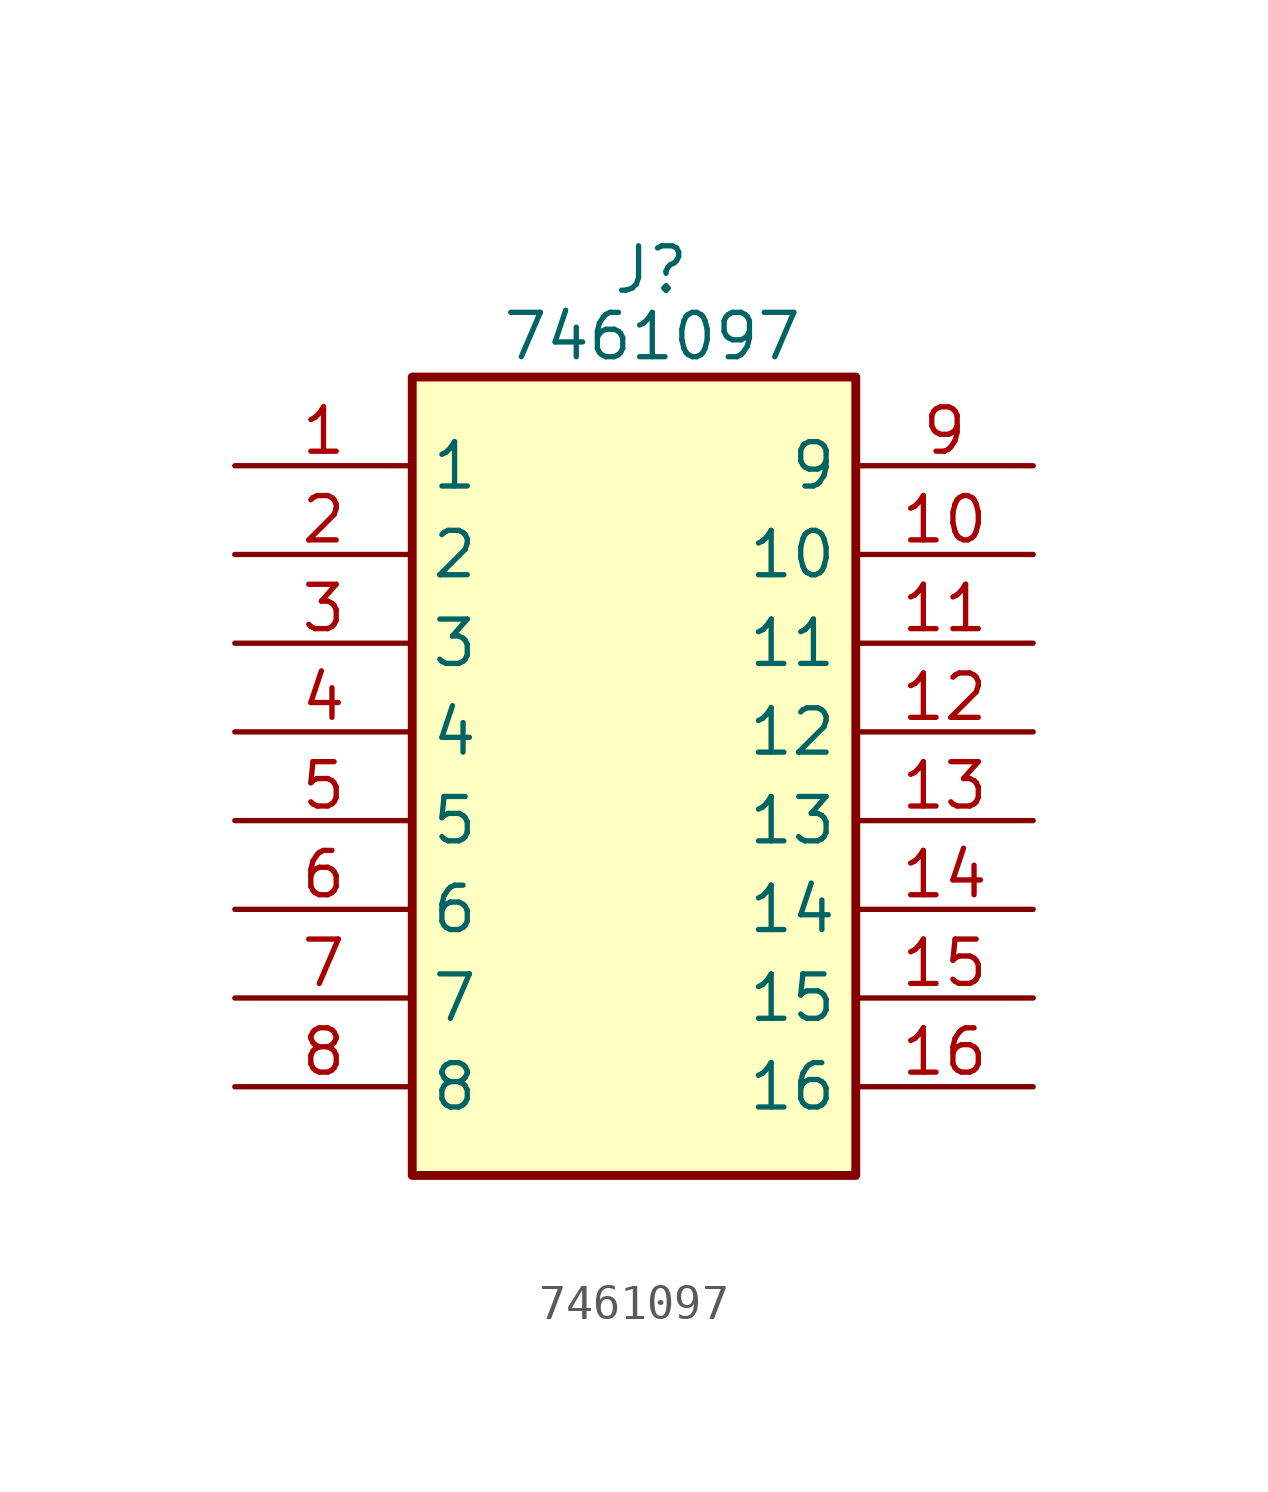
<source format=kicad_sym>
(kicad_symbol_lib
  (version 20220914)
  (generator kicad_symbol_editor)
  (symbol "7461097"
    (property "Reference" "J"
      (at 10.795 6.35 0)
      (effects (font (size 1.27 1.27)) (justify left top)))
    (property "Value" "7461097"
      (at 7.62 4.445 0)
      (do_not_autoplace)
      (effects (font (size 1.27 1.27)) (justify left top)))
    (symbol "7461097_1_1"
      (rectangle (start 5.08 2.54) (end 17.78 -20.32) (stroke (width 0.254) (type default)) (fill (type background)))
      (pin passive line (at 0 0 0) (length 5.08) (name "1" (effects (font (size 1.27 1.27)))) (number "1" (effects (font (size 1.27 1.27)))))
      (pin passive line (at 22.86 -2.54 180) (length 5.08) (name "10" (effects (font (size 1.27 1.27)))) (number "10" (effects (font (size 1.27 1.27)))))
      (pin passive line (at 22.86 -5.08 180) (length 5.08) (name "11" (effects (font (size 1.27 1.27)))) (number "11" (effects (font (size 1.27 1.27)))))
      (pin passive line (at 22.86 -7.62 180) (length 5.08) (name "12" (effects (font (size 1.27 1.27)))) (number "12" (effects (font (size 1.27 1.27)))))
      (pin passive line (at 22.86 -10.16 180) (length 5.08) (name "13" (effects (font (size 1.27 1.27)))) (number "13" (effects (font (size 1.27 1.27)))))
      (pin passive line (at 22.86 -12.7 180) (length 5.08) (name "14" (effects (font (size 1.27 1.27)))) (number "14" (effects (font (size 1.27 1.27)))))
      (pin passive line (at 22.86 -15.24 180) (length 5.08) (name "15" (effects (font (size 1.27 1.27)))) (number "15" (effects (font (size 1.27 1.27)))))
      (pin passive line (at 22.86 -17.78 180) (length 5.08) (name "16" (effects (font (size 1.27 1.27)))) (number "16" (effects (font (size 1.27 1.27)))))
      (pin passive line (at 0 -2.54 0) (length 5.08) (name "2" (effects (font (size 1.27 1.27)))) (number "2" (effects (font (size 1.27 1.27)))))
      (pin passive line (at 0 -5.08 0) (length 5.08) (name "3" (effects (font (size 1.27 1.27)))) (number "3" (effects (font (size 1.27 1.27)))))
      (pin passive line (at 0 -7.62 0) (length 5.08) (name "4" (effects (font (size 1.27 1.27)))) (number "4" (effects (font (size 1.27 1.27)))))
      (pin passive line (at 0 -10.16 0) (length 5.08) (name "5" (effects (font (size 1.27 1.27)))) (number "5" (effects (font (size 1.27 1.27)))))
      (pin passive line (at 0 -12.7 0) (length 5.08) (name "6" (effects (font (size 1.27 1.27)))) (number "6" (effects (font (size 1.27 1.27)))))
      (pin passive line (at 0 -15.24 0) (length 5.08) (name "7" (effects (font (size 1.27 1.27)))) (number "7" (effects (font (size 1.27 1.27)))))
      (pin passive line (at 0 -17.78 0) (length 5.08) (name "8" (effects (font (size 1.27 1.27)))) (number "8" (effects (font (size 1.27 1.27)))))
      (pin passive line (at 22.86 0 180) (length 5.08) (name "9" (effects (font (size 1.27 1.27)))) (number "9" (effects (font (size 1.27 1.27))))))))
</source>
